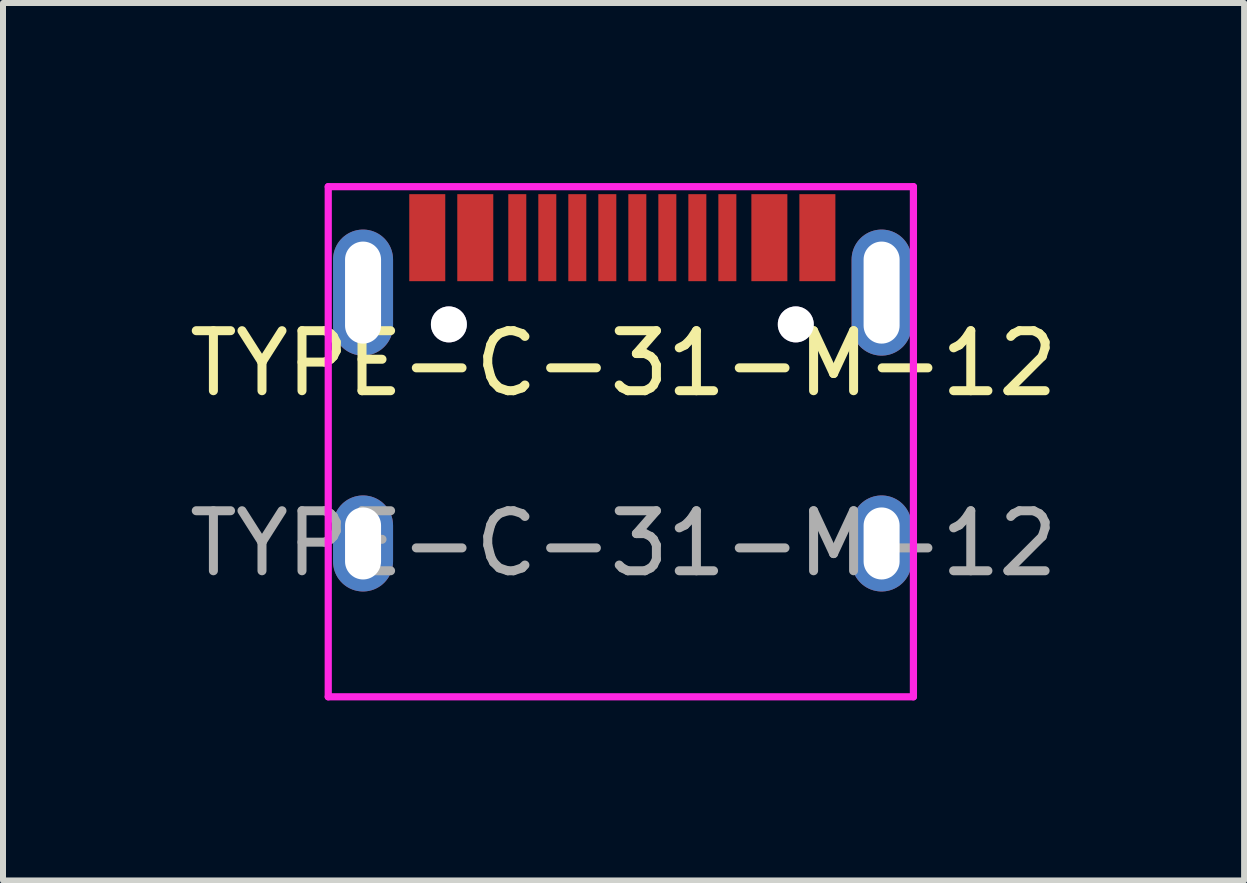
<source format=kicad_pcb>
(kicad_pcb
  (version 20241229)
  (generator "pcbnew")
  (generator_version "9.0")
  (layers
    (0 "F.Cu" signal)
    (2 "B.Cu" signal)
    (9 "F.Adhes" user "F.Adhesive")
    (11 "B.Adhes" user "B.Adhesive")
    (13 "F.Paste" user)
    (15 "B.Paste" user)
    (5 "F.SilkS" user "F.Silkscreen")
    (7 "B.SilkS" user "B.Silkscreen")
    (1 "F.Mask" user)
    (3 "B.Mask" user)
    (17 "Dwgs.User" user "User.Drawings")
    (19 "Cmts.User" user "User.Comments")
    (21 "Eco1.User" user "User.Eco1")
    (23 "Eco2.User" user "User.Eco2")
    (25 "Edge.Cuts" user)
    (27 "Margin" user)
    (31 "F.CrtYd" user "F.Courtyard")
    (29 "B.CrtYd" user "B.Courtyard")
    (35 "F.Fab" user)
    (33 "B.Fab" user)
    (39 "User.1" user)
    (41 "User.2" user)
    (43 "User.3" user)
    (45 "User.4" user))
  (footprint "TYPE-C-31-M-12"
    (layer "F.Cu")
    (at 7.339 3.505)
    (property "Reference" "TYPE-C-31-M-12" (at 0 -0.5 0) (unlocked yes) (layer "F.SilkS") (effects (font (size 1 1) (thickness 0.15))))
    (fp_line (start -4.92 -3.445) (end -4.92 5.055) (stroke (width 0.12) (type solid)) (layer "F.CrtYd"))
    (fp_line (start 4.83 -3.445) (end -4.92 -3.445) (stroke (width 0.12) (type solid)) (layer "F.CrtYd"))
    (fp_line (start 4.83 5.055) (end -4.92 5.055) (stroke (width 0.12) (type solid)) (layer "F.CrtYd"))
    (fp_line (start 4.83 5.055) (end 4.83 -3.445) (stroke (width 0.12) (type solid)) (layer "F.CrtYd"))
    (fp_text user "${REFERENCE}" (at 0 2.5 0) (unlocked yes) (layer "F.Fab") (effects (font (size 1 1) (thickness 0.15))))
    (pad "" thru_hole oval (at -4.34 -1.68) (size 1 2.1) (drill oval 0.6 1.7) (layers "*.Cu" "*.Mask"))
    (pad "" thru_hole oval (at -4.34 2.5) (size 1 1.6) (drill oval 0.6 1.2) (layers "*.Cu" "*.Mask"))
    (pad "" np_thru_hole custom (at -2.91 -1.15) (size 0.6 0.6) (drill 0.65) (layers "*.Cu" "*.Mask") (options (anchor circle)) (primitives))
    (pad "" np_thru_hole custom (at 2.87 -1.15) (size 0.6 0.6) (drill 0.65) (layers "*.Cu" "*.Mask") (options (anchor circle)) (primitives))
    (pad "" thru_hole oval (at 4.3 -1.68) (size 1 2.1) (drill oval 0.6 1.7) (layers "*.Cu" "*.Mask"))
    (pad "" thru_hole oval (at 4.3 2.5) (size 1 1.6) (drill oval 0.6 1.2) (layers "*.Cu" "*.Mask"))
    (pad "A1" smd rect (at -3.27 -2.595) (size 0.6 1.45) (layers "F.Cu" "F.Mask" "F.Paste"))
    (pad "A4" smd rect (at -2.47 -2.595) (size 0.6 1.45) (layers "F.Cu" "F.Mask" "F.Paste"))
    (pad "A5" smd rect (at -1.27 -2.595) (size 0.3 1.45) (layers "F.Cu" "F.Mask" "F.Paste"))
    (pad "A6" smd rect (at -0.27 -2.595) (size 0.3 1.45) (layers "F.Cu" "F.Mask" "F.Paste"))
    (pad "A7" smd rect (at 0.23 -2.595) (size 0.3 1.45) (layers "F.Cu" "F.Mask" "F.Paste"))
    (pad "A8" smd rect (at 1.23 -2.595) (size 0.3 1.45) (layers "F.Cu" "F.Mask" "F.Paste"))
    (pad "A9" smd rect (at 2.43 -2.595) (size 0.6 1.45) (layers "F.Cu" "F.Mask" "F.Paste"))
    (pad "A12" smd rect (at 3.23 -2.595) (size 0.6 1.45) (layers "F.Cu" "F.Mask" "F.Paste"))
    (pad "B5" smd rect (at 1.73 -2.595) (size 0.3 1.45) (layers "F.Cu" "F.Mask" "F.Paste"))
    (pad "B6" smd rect (at 0.73 -2.595) (size 0.3 1.45) (layers "F.Cu" "F.Mask" "F.Paste"))
    (pad "B7" smd rect (at -0.77 -2.595) (size 0.3 1.45) (layers "F.Cu" "F.Mask" "F.Paste"))
    (pad "B8" smd rect (at -1.77 -2.595) (size 0.3 1.45) (layers "F.Cu" "F.Mask" "F.Paste")))
  (gr_rect
    (start -3 -3)
    (end 17.679 11.62)
    (stroke (width 0.1) (type default))
    (fill no)
    (layer "Edge.Cuts")))
</source>
